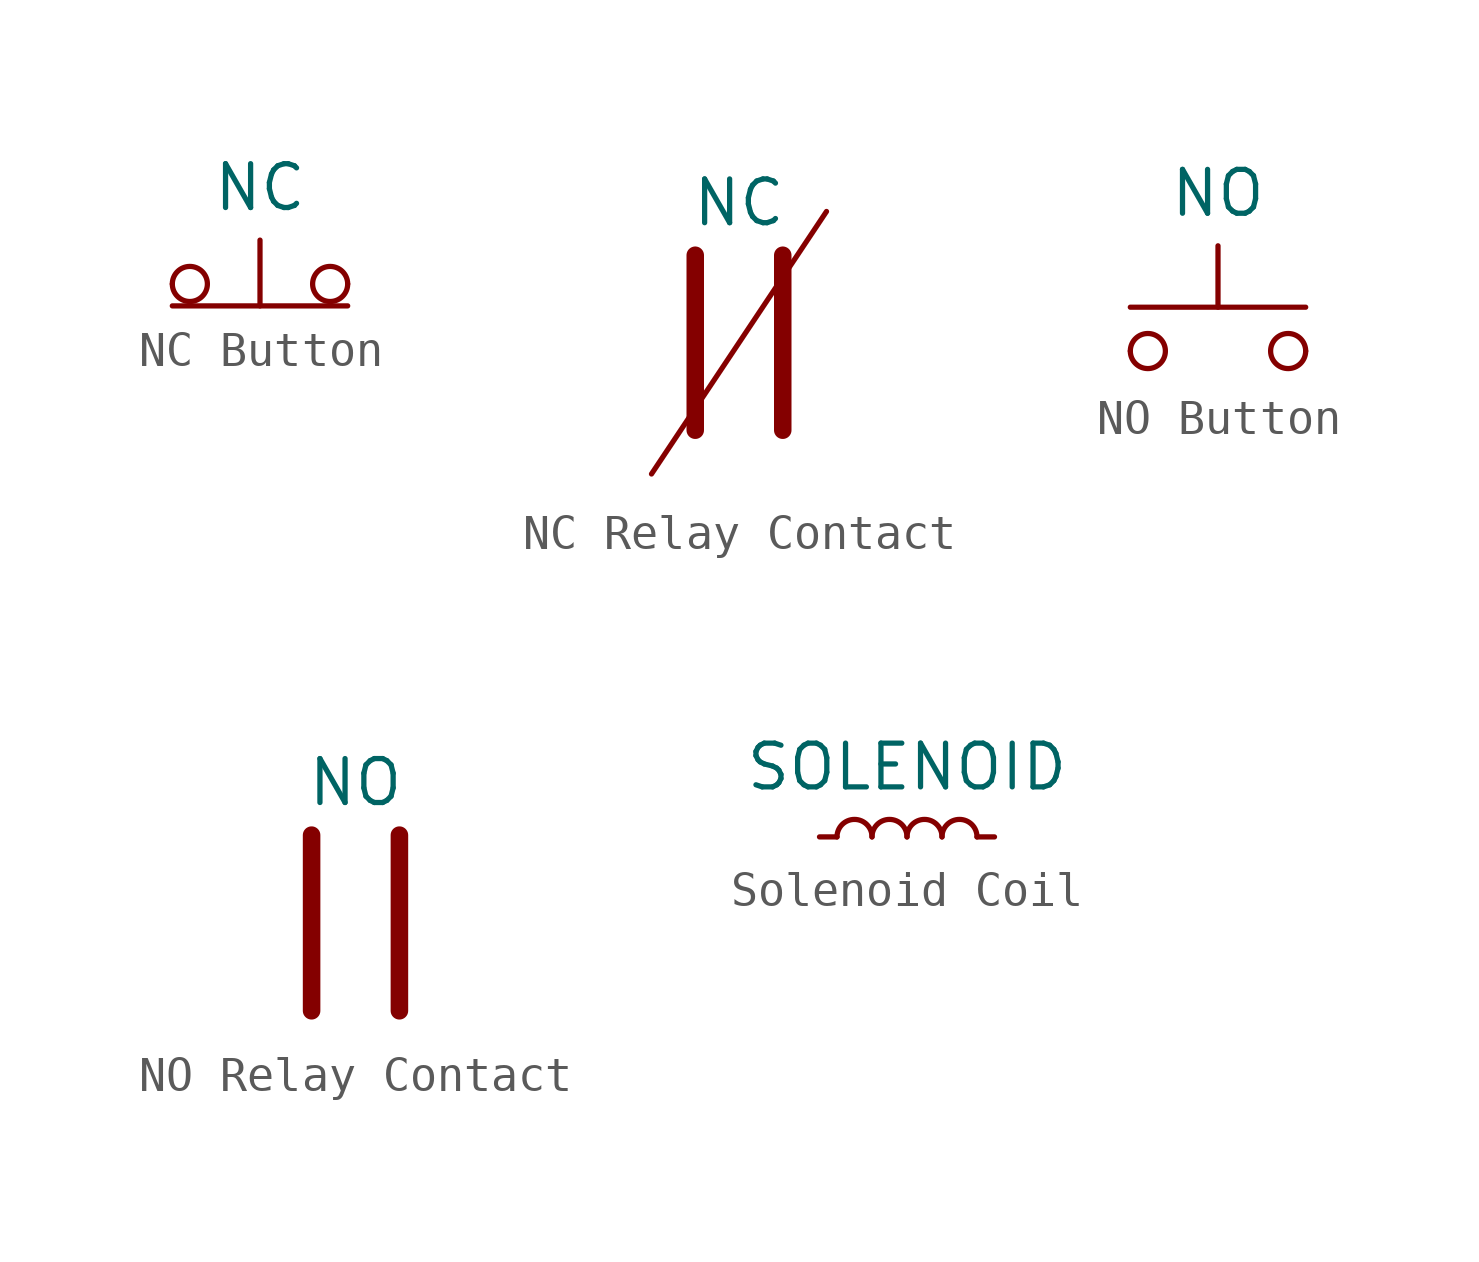
<source format=kicad_sym>
(kicad_symbol_lib
  (version 20231120)
  (generator "kicad_symbol_editor")
  (generator_version "8.0")
  (symbol "NC Button"
    (pin_numbers hide)
    (pin_names
      (offset 1.016) hide)
    (property "Reference" "NC"
      (at 0 -2.286 0)
      (effects (font (size 1.27 1.27)) (hide yes)))
    (property "Value" "NC"
      (at 0 2.794 0)
      (effects (font (size 1.27 1.27))))
    (symbol "NC Button_0_1"
      (circle (center -2.032 0) (radius 0.508) (stroke (width 0) (type default)) (fill (type none)))
      (polyline (pts (xy -2.54 -0.635) (xy 2.54 -0.635)) (stroke (width 0) (type default)) (fill (type none)))
      (polyline (pts (xy 0 -0.635) (xy 0 1.27)) (stroke (width 0) (type default)) (fill (type none)))
      (circle (center 2.032 0) (radius 0.508) (stroke (width 0) (type default)) (fill (type none))))
    (symbol "NC Button_1_1"
      (pin unspecified line (at -2.54 0 0) (length 0) (name "A" (effects (font (size 1.27 1.27)))) (number "1" (effects (font (size 1.27 1.27)))))
      (pin passive line (at 2.54 0 180) (length 0) (name "B" (effects (font (size 1.27 1.27)))) (number "2" (effects (font (size 1.27 1.27)))))))
  (symbol "NC Relay Contact"
    (pin_numbers hide)
    (pin_names
      (offset 0.254))
    (property "Reference" "NC"
      (at 0 -4.318 0)
      (effects (font (size 1.27 1.27)) (hide yes)))
    (property "Value" "NC"
      (at 0 4.064 0)
      (effects (font (size 1.27 1.27))))
    (symbol "NC Relay Contact_0_1"
      (polyline (pts (xy -1.27 -2.54) (xy -1.27 2.54)) (stroke (width 0.508) (type default)) (fill (type none)))
      (polyline (pts (xy 1.27 -2.54) (xy 1.27 2.54)) (stroke (width 0.508) (type default)) (fill (type none)))
      (polyline (pts (xy 2.54 3.81) (xy -2.54 -3.81)) (stroke (width 0) (type default)) (fill (type none))))
    (symbol "NC Relay Contact_1_1"
      (pin unspecified line (at -1.27 0 0) (length 0) (name "~" (effects (font (size 1.27 1.27)))) (number "1" (effects (font (size 1.27 1.27)))))
      (pin unspecified line (at 1.27 0 180) (length 0) (name "~" (effects (font (size 1.27 1.27)))) (number "2" (effects (font (size 1.27 1.27)))))))
  (symbol "NO Button"
    (pin_numbers hide)
    (pin_names
      (offset 1.016) hide)
    (property "Reference" "NO"
      (at 0 -2.032 0)
      (effects (font (size 1.27 1.27)) (hide yes)))
    (property "Value" "NO"
      (at 0 4.572 0)
      (effects (font (size 1.27 1.27))))
    (symbol "NO Button_0_1"
      (circle (center -2.032 0) (radius 0.508) (stroke (width 0) (type default)) (fill (type none)))
      (polyline (pts (xy 0 1.27) (xy 0 3.048)) (stroke (width 0) (type default)) (fill (type none)))
      (polyline (pts (xy 2.54 1.27) (xy -2.54 1.27)) (stroke (width 0) (type default)) (fill (type none)))
      (circle (center 2.032 0) (radius 0.508) (stroke (width 0) (type default)) (fill (type none))))
    (symbol "NO Button_1_1"
      (pin passive line (at -2.54 0 0) (length 0) (name "1" (effects (font (size 1.27 1.27)))) (number "1" (effects (font (size 1.27 1.27)))))
      (pin passive line (at 2.54 0 180) (length 0) (name "2" (effects (font (size 1.27 1.27)))) (number "2" (effects (font (size 1.27 1.27)))))))
  (symbol "NO Relay Contact"
    (pin_numbers hide)
    (pin_names
      (offset 0.254))
    (property "Reference" "NO"
      (at 0 -4.318 0)
      (effects (font (size 1.27 1.27)) (hide yes)))
    (property "Value" "NO"
      (at 0 4.064 0)
      (effects (font (size 1.27 1.27))))
    (symbol "NO Relay Contact_0_1"
      (polyline (pts (xy -1.27 -2.54) (xy -1.27 2.54)) (stroke (width 0.508) (type default)) (fill (type none)))
      (polyline (pts (xy 1.27 -2.54) (xy 1.27 2.54)) (stroke (width 0.508) (type default)) (fill (type none))))
    (symbol "NO Relay Contact_1_1"
      (pin unspecified line (at -1.27 0 0) (length 0) (name "~" (effects (font (size 1.27 1.27)))) (number "1" (effects (font (size 1.27 1.27)))))
      (pin unspecified line (at 1.27 0 180) (length 0) (name "~" (effects (font (size 1.27 1.27)))) (number "2" (effects (font (size 1.27 1.27)))))))
  (symbol "Solenoid Coil"
    (pin_numbers hide)
    (pin_names
      (offset 0.254) hide)
    (property "Reference" "SOLENOID"
      (at 0 -1.778 0)
      (effects (font (size 1.27 1.27)) (hide yes)))
    (property "Value" "SOLENOID"
      (at 0 2.032 0)
      (effects (font (size 1.27 1.27))))
    (symbol "Solenoid Coil_0_1"
      (arc (start -1.016 0) (mid -1.524 0.5058) (end -2.032 0) (stroke (width 0) (type default)) (fill (type none)))
      (arc (start 0 0) (mid -0.508 0.5058) (end -1.016 0) (stroke (width 0) (type default)) (fill (type none)))
      (arc (start 1.016 0) (mid 0.508 0.5058) (end 0 0) (stroke (width 0) (type default)) (fill (type none)))
      (arc (start 2.032 0) (mid 1.524 0.5058) (end 1.016 0) (stroke (width 0) (type default)) (fill (type none))))
    (symbol "Solenoid Coil_1_1"
      (pin passive line (at -2.54 0 0) (length 0.508) (name "~" (effects (font (size 1.27 1.27)))) (number "1" (effects (font (size 1.27 1.27)))))
      (pin passive line (at 2.54 0 180) (length 0.508) (name "~" (effects (font (size 1.27 1.27)))) (number "2" (effects (font (size 1.27 1.27))))))))
</source>
